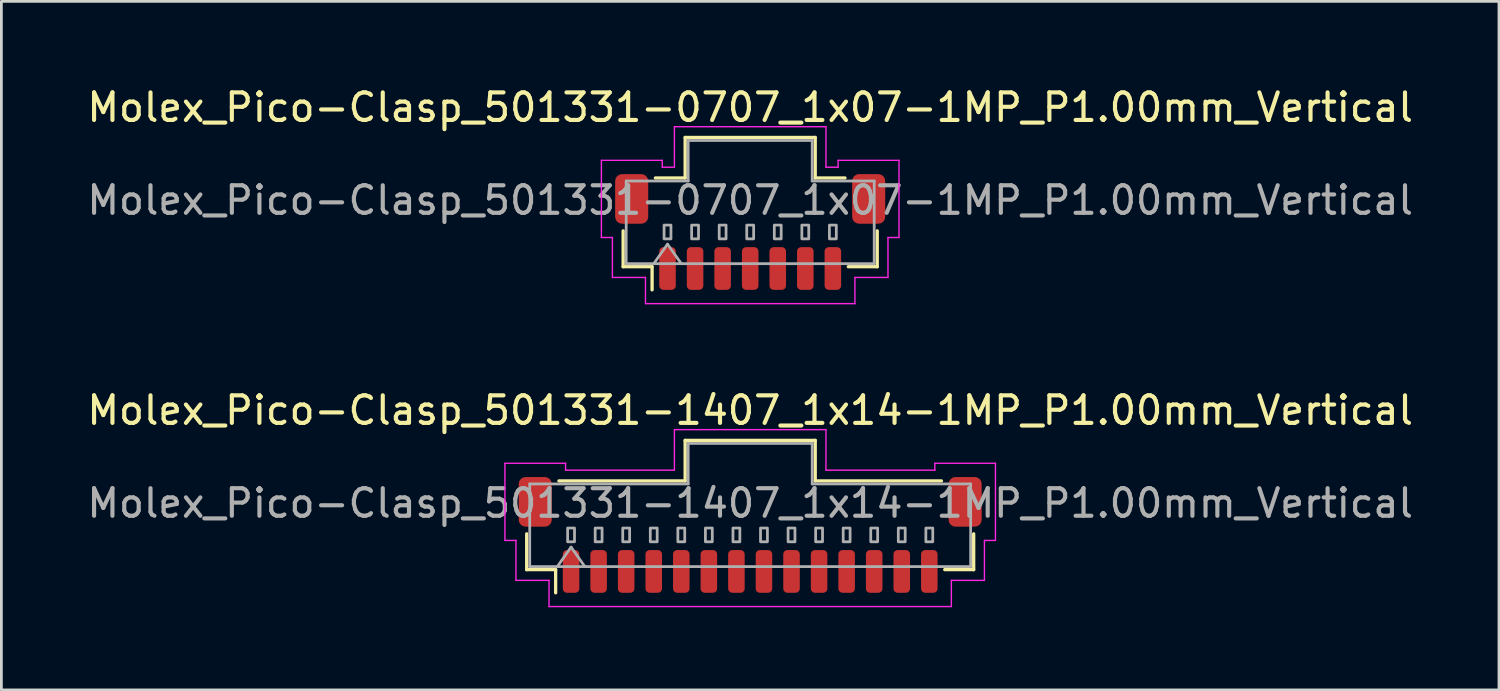
<source format=kicad_pcb>
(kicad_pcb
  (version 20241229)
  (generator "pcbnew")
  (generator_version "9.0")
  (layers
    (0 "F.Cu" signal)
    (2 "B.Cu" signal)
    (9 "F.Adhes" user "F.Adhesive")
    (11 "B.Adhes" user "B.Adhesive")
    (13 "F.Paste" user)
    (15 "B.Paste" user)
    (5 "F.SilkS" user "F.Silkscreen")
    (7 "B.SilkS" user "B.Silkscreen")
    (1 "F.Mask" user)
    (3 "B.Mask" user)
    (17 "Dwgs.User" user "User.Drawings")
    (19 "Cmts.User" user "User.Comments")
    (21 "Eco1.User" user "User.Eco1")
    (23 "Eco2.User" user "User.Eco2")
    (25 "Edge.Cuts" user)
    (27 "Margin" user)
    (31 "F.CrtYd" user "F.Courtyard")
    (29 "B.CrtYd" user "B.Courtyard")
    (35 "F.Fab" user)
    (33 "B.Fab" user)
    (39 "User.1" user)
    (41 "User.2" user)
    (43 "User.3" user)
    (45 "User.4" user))
  (footprint "Molex_Pico-Clasp_501331-1407_1x14-1MP_P1.00mm_Vertical"
    (layer "F.Cu")
    (at 24.173 16.361)
    (property "Reference" "Molex_Pico-Clasp_501331-1407_1x14-1MP_P1.00mm_Vertical" (at 0 -4.52 0) (layer "F.SilkS") (effects (font (size 1 1) (thickness 0.15))))
    (attr smd)
    (fp_line (start -8.11 -0.04) (end -8.11 1.26) (stroke (width 0.12) (type solid)) (layer "F.SilkS"))
    (fp_line (start -8.11 1.26) (end -7.06 1.26) (stroke (width 0.12) (type solid)) (layer "F.SilkS"))
    (fp_line (start -7.06 1.26) (end -7.06 2.1) (stroke (width 0.12) (type solid)) (layer "F.SilkS"))
    (fp_line (start -6.94 -1.96) (end -2.36 -1.96) (stroke (width 0.12) (type solid)) (layer "F.SilkS"))
    (fp_line (start -2.36 -3.43) (end 2.36 -3.43) (stroke (width 0.12) (type solid)) (layer "F.SilkS"))
    (fp_line (start -2.36 -1.96) (end -2.36 -3.43) (stroke (width 0.12) (type solid)) (layer "F.SilkS"))
    (fp_line (start 2.36 -3.43) (end 2.36 -1.96) (stroke (width 0.12) (type solid)) (layer "F.SilkS"))
    (fp_line (start 2.36 -1.96) (end 6.94 -1.96) (stroke (width 0.12) (type solid)) (layer "F.SilkS"))
    (fp_line (start 8.11 -0.04) (end 8.11 1.26) (stroke (width 0.12) (type solid)) (layer "F.SilkS"))
    (fp_line (start 8.11 1.26) (end 7.06 1.26) (stroke (width 0.12) (type solid)) (layer "F.SilkS"))
    (fp_line (start -8.9 -2.6) (end -6.7 -2.6) (stroke (width 0.05) (type solid)) (layer "F.CrtYd"))
    (fp_line (start -8.9 0.2) (end -8.9 -2.6) (stroke (width 0.05) (type solid)) (layer "F.CrtYd"))
    (fp_line (start -8.5 0.2) (end -8.9 0.2) (stroke (width 0.05) (type solid)) (layer "F.CrtYd"))
    (fp_line (start -8.5 1.65) (end -8.5 0.2) (stroke (width 0.05) (type solid)) (layer "F.CrtYd"))
    (fp_line (start -7.3 1.65) (end -8.5 1.65) (stroke (width 0.05) (type solid)) (layer "F.CrtYd"))
    (fp_line (start -7.3 2.6) (end -7.3 1.65) (stroke (width 0.05) (type solid)) (layer "F.CrtYd"))
    (fp_line (start -6.7 -2.6) (end -6.7 -2.35) (stroke (width 0.05) (type solid)) (layer "F.CrtYd"))
    (fp_line (start -6.7 -2.35) (end -2.75 -2.35) (stroke (width 0.05) (type solid)) (layer "F.CrtYd"))
    (fp_line (start -2.75 -3.82) (end 2.75 -3.82) (stroke (width 0.05) (type solid)) (layer "F.CrtYd"))
    (fp_line (start -2.75 -2.35) (end -2.75 -3.82) (stroke (width 0.05) (type solid)) (layer "F.CrtYd"))
    (fp_line (start 2.75 -3.82) (end 2.75 -2.35) (stroke (width 0.05) (type solid)) (layer "F.CrtYd"))
    (fp_line (start 2.75 -2.35) (end 6.7 -2.35) (stroke (width 0.05) (type solid)) (layer "F.CrtYd"))
    (fp_line (start 6.7 -2.6) (end 8.9 -2.6) (stroke (width 0.05) (type solid)) (layer "F.CrtYd"))
    (fp_line (start 6.7 -2.35) (end 6.7 -2.6) (stroke (width 0.05) (type solid)) (layer "F.CrtYd"))
    (fp_line (start 7.3 1.65) (end 7.3 2.6) (stroke (width 0.05) (type solid)) (layer "F.CrtYd"))
    (fp_line (start 7.3 2.6) (end -7.3 2.6) (stroke (width 0.05) (type solid)) (layer "F.CrtYd"))
    (fp_line (start 8.5 0.2) (end 8.5 1.65) (stroke (width 0.05) (type solid)) (layer "F.CrtYd"))
    (fp_line (start 8.5 1.65) (end 7.3 1.65) (stroke (width 0.05) (type solid)) (layer "F.CrtYd"))
    (fp_line (start 8.9 -2.6) (end 8.9 0.2) (stroke (width 0.05) (type solid)) (layer "F.CrtYd"))
    (fp_line (start 8.9 0.2) (end 8.5 0.2) (stroke (width 0.05) (type solid)) (layer "F.CrtYd"))
    (fp_line (start -8 -1.85) (end -2.25 -1.85) (stroke (width 0.1) (type solid)) (layer "F.Fab"))
    (fp_line (start -8 1.15) (end -8 -1.85) (stroke (width 0.1) (type solid)) (layer "F.Fab"))
    (fp_line (start -8 1.15) (end 8 1.15) (stroke (width 0.1) (type solid)) (layer "F.Fab"))
    (fp_line (start -7 1.15) (end -6.5 0.443) (stroke (width 0.1) (type solid)) (layer "F.Fab"))
    (fp_line (start -6.5 0.443) (end -6 1.15) (stroke (width 0.1) (type solid)) (layer "F.Fab"))
    (fp_line (start -2.25 -3.32) (end 2.25 -3.32) (stroke (width 0.1) (type solid)) (layer "F.Fab"))
    (fp_line (start -2.25 -1.85) (end -2.25 -3.32) (stroke (width 0.1) (type solid)) (layer "F.Fab"))
    (fp_line (start 2.25 -3.32) (end 2.25 -1.85) (stroke (width 0.1) (type solid)) (layer "F.Fab"))
    (fp_line (start 2.25 -1.85) (end 8 -1.85) (stroke (width 0.1) (type solid)) (layer "F.Fab"))
    (fp_line (start 8 1.15) (end 8 -1.85) (stroke (width 0.1) (type solid)) (layer "F.Fab"))
    (fp_rect (start -6.625 -0.25) (end -6.375 0.25) (stroke (width 0.1) (type solid)) (fill no) (layer "F.Fab"))
    (fp_rect (start -5.625 -0.25) (end -5.375 0.25) (stroke (width 0.1) (type solid)) (fill no) (layer "F.Fab"))
    (fp_rect (start -4.625 -0.25) (end -4.375 0.25) (stroke (width 0.1) (type solid)) (fill no) (layer "F.Fab"))
    (fp_rect (start -3.625 -0.25) (end -3.375 0.25) (stroke (width 0.1) (type solid)) (fill no) (layer "F.Fab"))
    (fp_rect (start -2.625 -0.25) (end -2.375 0.25) (stroke (width 0.1) (type solid)) (fill no) (layer "F.Fab"))
    (fp_rect (start -1.625 -0.25) (end -1.375 0.25) (stroke (width 0.1) (type solid)) (fill no) (layer "F.Fab"))
    (fp_rect (start -0.625 -0.25) (end -0.375 0.25) (stroke (width 0.1) (type solid)) (fill no) (layer "F.Fab"))
    (fp_rect (start 0.375 -0.25) (end 0.625 0.25) (stroke (width 0.1) (type solid)) (fill no) (layer "F.Fab"))
    (fp_rect (start 1.375 -0.25) (end 1.625 0.25) (stroke (width 0.1) (type solid)) (fill no) (layer "F.Fab"))
    (fp_rect (start 2.375 -0.25) (end 2.625 0.25) (stroke (width 0.1) (type solid)) (fill no) (layer "F.Fab"))
    (fp_rect (start 3.375 -0.25) (end 3.625 0.25) (stroke (width 0.1) (type solid)) (fill no) (layer "F.Fab"))
    (fp_rect (start 4.375 -0.25) (end 4.625 0.25) (stroke (width 0.1) (type solid)) (fill no) (layer "F.Fab"))
    (fp_rect (start 5.375 -0.25) (end 5.625 0.25) (stroke (width 0.1) (type solid)) (fill no) (layer "F.Fab"))
    (fp_rect (start 6.375 -0.25) (end 6.625 0.25) (stroke (width 0.1) (type solid)) (fill no) (layer "F.Fab"))
    (fp_text user "${REFERENCE}" (at 0 -1.15 0) (layer "F.Fab") (effects (font (size 1 1) (thickness 0.15))))
    (pad "1" smd roundrect (at -6.5 1.325) (size 0.6 1.55) (layers "F.Cu" "F.Mask" "F.Paste") (roundrect_rratio 0.25))
    (pad "2" smd roundrect (at -5.5 1.325) (size 0.6 1.55) (layers "F.Cu" "F.Mask" "F.Paste") (roundrect_rratio 0.25))
    (pad "3" smd roundrect (at -4.5 1.325) (size 0.6 1.55) (layers "F.Cu" "F.Mask" "F.Paste") (roundrect_rratio 0.25))
    (pad "4" smd roundrect (at -3.5 1.325) (size 0.6 1.55) (layers "F.Cu" "F.Mask" "F.Paste") (roundrect_rratio 0.25))
    (pad "5" smd roundrect (at -2.5 1.325) (size 0.6 1.55) (layers "F.Cu" "F.Mask" "F.Paste") (roundrect_rratio 0.25))
    (pad "6" smd roundrect (at -1.5 1.325) (size 0.6 1.55) (layers "F.Cu" "F.Mask" "F.Paste") (roundrect_rratio 0.25))
    (pad "7" smd roundrect (at -0.5 1.325) (size 0.6 1.55) (layers "F.Cu" "F.Mask" "F.Paste") (roundrect_rratio 0.25))
    (pad "8" smd roundrect (at 0.5 1.325) (size 0.6 1.55) (layers "F.Cu" "F.Mask" "F.Paste") (roundrect_rratio 0.25))
    (pad "9" smd roundrect (at 1.5 1.325) (size 0.6 1.55) (layers "F.Cu" "F.Mask" "F.Paste") (roundrect_rratio 0.25))
    (pad "10" smd roundrect (at 2.5 1.325) (size 0.6 1.55) (layers "F.Cu" "F.Mask" "F.Paste") (roundrect_rratio 0.25))
    (pad "11" smd roundrect (at 3.5 1.325) (size 0.6 1.55) (layers "F.Cu" "F.Mask" "F.Paste") (roundrect_rratio 0.25))
    (pad "12" smd roundrect (at 4.5 1.325) (size 0.6 1.55) (layers "F.Cu" "F.Mask" "F.Paste") (roundrect_rratio 0.25))
    (pad "13" smd roundrect (at 5.5 1.325) (size 0.6 1.55) (layers "F.Cu" "F.Mask" "F.Paste") (roundrect_rratio 0.25))
    (pad "14" smd roundrect (at 6.5 1.325) (size 0.6 1.55) (layers "F.Cu" "F.Mask" "F.Paste") (roundrect_rratio 0.25))
    (pad "MP" smd roundrect (at -7.8 -1.2) (size 1.2 1.8) (layers "F.Cu" "F.Mask" "F.Paste") (roundrect_rratio 0.208))
    (pad "MP" smd roundrect (at 7.8 -1.2) (size 1.2 1.8) (layers "F.Cu" "F.Mask" "F.Paste") (roundrect_rratio 0.208)))
  (footprint "Molex_Pico-Clasp_501331-0707_1x07-1MP_P1.00mm_Vertical"
    (layer "F.Cu")
    (at 24.173 5.368)
    (property "Reference" "Molex_Pico-Clasp_501331-0707_1x07-1MP_P1.00mm_Vertical" (at 0 -4.52 0) (layer "F.SilkS") (effects (font (size 1 1) (thickness 0.15))))
    (attr smd)
    (fp_line (start -4.61 -0.04) (end -4.61 1.26) (stroke (width 0.12) (type solid)) (layer "F.SilkS"))
    (fp_line (start -4.61 1.26) (end -3.56 1.26) (stroke (width 0.12) (type solid)) (layer "F.SilkS"))
    (fp_line (start -3.56 1.26) (end -3.56 2.1) (stroke (width 0.12) (type solid)) (layer "F.SilkS"))
    (fp_line (start -3.44 -1.96) (end -2.36 -1.96) (stroke (width 0.12) (type solid)) (layer "F.SilkS"))
    (fp_line (start -2.36 -3.43) (end 2.36 -3.43) (stroke (width 0.12) (type solid)) (layer "F.SilkS"))
    (fp_line (start -2.36 -1.96) (end -2.36 -3.43) (stroke (width 0.12) (type solid)) (layer "F.SilkS"))
    (fp_line (start 2.36 -3.43) (end 2.36 -1.96) (stroke (width 0.12) (type solid)) (layer "F.SilkS"))
    (fp_line (start 2.36 -1.96) (end 3.44 -1.96) (stroke (width 0.12) (type solid)) (layer "F.SilkS"))
    (fp_line (start 4.61 -0.04) (end 4.61 1.26) (stroke (width 0.12) (type solid)) (layer "F.SilkS"))
    (fp_line (start 4.61 1.26) (end 3.56 1.26) (stroke (width 0.12) (type solid)) (layer "F.SilkS"))
    (fp_line (start -5.4 -2.6) (end -3.19 -2.6) (stroke (width 0.05) (type solid)) (layer "F.CrtYd"))
    (fp_line (start -5.4 0.2) (end -5.4 -2.6) (stroke (width 0.05) (type solid)) (layer "F.CrtYd"))
    (fp_line (start -5 0.2) (end -5.4 0.2) (stroke (width 0.05) (type solid)) (layer "F.CrtYd"))
    (fp_line (start -5 1.65) (end -5 0.2) (stroke (width 0.05) (type solid)) (layer "F.CrtYd"))
    (fp_line (start -3.8 1.65) (end -5 1.65) (stroke (width 0.05) (type solid)) (layer "F.CrtYd"))
    (fp_line (start -3.8 2.6) (end -3.8 1.65) (stroke (width 0.05) (type solid)) (layer "F.CrtYd"))
    (fp_line (start -3.19 -2.6) (end -3.19 -2.35) (stroke (width 0.05) (type solid)) (layer "F.CrtYd"))
    (fp_line (start -3.19 -2.35) (end -2.75 -2.35) (stroke (width 0.05) (type solid)) (layer "F.CrtYd"))
    (fp_line (start -2.75 -3.82) (end 2.75 -3.82) (stroke (width 0.05) (type solid)) (layer "F.CrtYd"))
    (fp_line (start -2.75 -2.35) (end -2.75 -3.82) (stroke (width 0.05) (type solid)) (layer "F.CrtYd"))
    (fp_line (start 2.75 -3.82) (end 2.75 -2.35) (stroke (width 0.05) (type solid)) (layer "F.CrtYd"))
    (fp_line (start 2.75 -2.35) (end 3.19 -2.35) (stroke (width 0.05) (type solid)) (layer "F.CrtYd"))
    (fp_line (start 3.19 -2.6) (end 5.4 -2.6) (stroke (width 0.05) (type solid)) (layer "F.CrtYd"))
    (fp_line (start 3.19 -2.35) (end 3.19 -2.6) (stroke (width 0.05) (type solid)) (layer "F.CrtYd"))
    (fp_line (start 3.8 1.65) (end 3.8 2.6) (stroke (width 0.05) (type solid)) (layer "F.CrtYd"))
    (fp_line (start 3.8 2.6) (end -3.8 2.6) (stroke (width 0.05) (type solid)) (layer "F.CrtYd"))
    (fp_line (start 5 0.2) (end 5 1.65) (stroke (width 0.05) (type solid)) (layer "F.CrtYd"))
    (fp_line (start 5 1.65) (end 3.8 1.65) (stroke (width 0.05) (type solid)) (layer "F.CrtYd"))
    (fp_line (start 5.4 -2.6) (end 5.4 0.2) (stroke (width 0.05) (type solid)) (layer "F.CrtYd"))
    (fp_line (start 5.4 0.2) (end 5 0.2) (stroke (width 0.05) (type solid)) (layer "F.CrtYd"))
    (fp_line (start -4.5 -1.85) (end -2.25 -1.85) (stroke (width 0.1) (type solid)) (layer "F.Fab"))
    (fp_line (start -4.5 1.15) (end -4.5 -1.85) (stroke (width 0.1) (type solid)) (layer "F.Fab"))
    (fp_line (start -4.5 1.15) (end 4.5 1.15) (stroke (width 0.1) (type solid)) (layer "F.Fab"))
    (fp_line (start -3.5 1.15) (end -3 0.443) (stroke (width 0.1) (type solid)) (layer "F.Fab"))
    (fp_line (start -3 0.443) (end -2.5 1.15) (stroke (width 0.1) (type solid)) (layer "F.Fab"))
    (fp_line (start -2.25 -3.32) (end 2.25 -3.32) (stroke (width 0.1) (type solid)) (layer "F.Fab"))
    (fp_line (start -2.25 -1.85) (end -2.25 -3.32) (stroke (width 0.1) (type solid)) (layer "F.Fab"))
    (fp_line (start 2.25 -3.32) (end 2.25 -1.85) (stroke (width 0.1) (type solid)) (layer "F.Fab"))
    (fp_line (start 2.25 -1.85) (end 4.5 -1.85) (stroke (width 0.1) (type solid)) (layer "F.Fab"))
    (fp_line (start 4.5 1.15) (end 4.5 -1.85) (stroke (width 0.1) (type solid)) (layer "F.Fab"))
    (fp_rect (start -3.125 -0.25) (end -2.875 0.25) (stroke (width 0.1) (type solid)) (fill no) (layer "F.Fab"))
    (fp_rect (start -2.125 -0.25) (end -1.875 0.25) (stroke (width 0.1) (type solid)) (fill no) (layer "F.Fab"))
    (fp_rect (start -1.125 -0.25) (end -0.875 0.25) (stroke (width 0.1) (type solid)) (fill no) (layer "F.Fab"))
    (fp_rect (start -0.125 -0.25) (end 0.125 0.25) (stroke (width 0.1) (type solid)) (fill no) (layer "F.Fab"))
    (fp_rect (start 0.875 -0.25) (end 1.125 0.25) (stroke (width 0.1) (type solid)) (fill no) (layer "F.Fab"))
    (fp_rect (start 1.875 -0.25) (end 2.125 0.25) (stroke (width 0.1) (type solid)) (fill no) (layer "F.Fab"))
    (fp_rect (start 2.875 -0.25) (end 3.125 0.25) (stroke (width 0.1) (type solid)) (fill no) (layer "F.Fab"))
    (fp_text user "${REFERENCE}" (at 0 -1.15 0) (layer "F.Fab") (effects (font (size 1 1) (thickness 0.15))))
    (pad "1" smd roundrect (at -3 1.325) (size 0.6 1.55) (layers "F.Cu" "F.Mask" "F.Paste") (roundrect_rratio 0.25))
    (pad "2" smd roundrect (at -2 1.325) (size 0.6 1.55) (layers "F.Cu" "F.Mask" "F.Paste") (roundrect_rratio 0.25))
    (pad "3" smd roundrect (at -1 1.325) (size 0.6 1.55) (layers "F.Cu" "F.Mask" "F.Paste") (roundrect_rratio 0.25))
    (pad "4" smd roundrect (at 0 1.325) (size 0.6 1.55) (layers "F.Cu" "F.Mask" "F.Paste") (roundrect_rratio 0.25))
    (pad "5" smd roundrect (at 1 1.325) (size 0.6 1.55) (layers "F.Cu" "F.Mask" "F.Paste") (roundrect_rratio 0.25))
    (pad "6" smd roundrect (at 2 1.325) (size 0.6 1.55) (layers "F.Cu" "F.Mask" "F.Paste") (roundrect_rratio 0.25))
    (pad "7" smd roundrect (at 3 1.325) (size 0.6 1.55) (layers "F.Cu" "F.Mask" "F.Paste") (roundrect_rratio 0.25))
    (pad "MP" smd roundrect (at -4.3 -1.2) (size 1.2 1.8) (layers "F.Cu" "F.Mask" "F.Paste") (roundrect_rratio 0.208))
    (pad "MP" smd roundrect (at 4.3 -1.2) (size 1.2 1.8) (layers "F.Cu" "F.Mask" "F.Paste") (roundrect_rratio 0.208)))
  (gr_rect
    (start -3 -3)
    (end 51.345 21.986)
    (stroke (width 0.1) (type default))
    (fill no)
    (layer "Edge.Cuts")))
</source>
